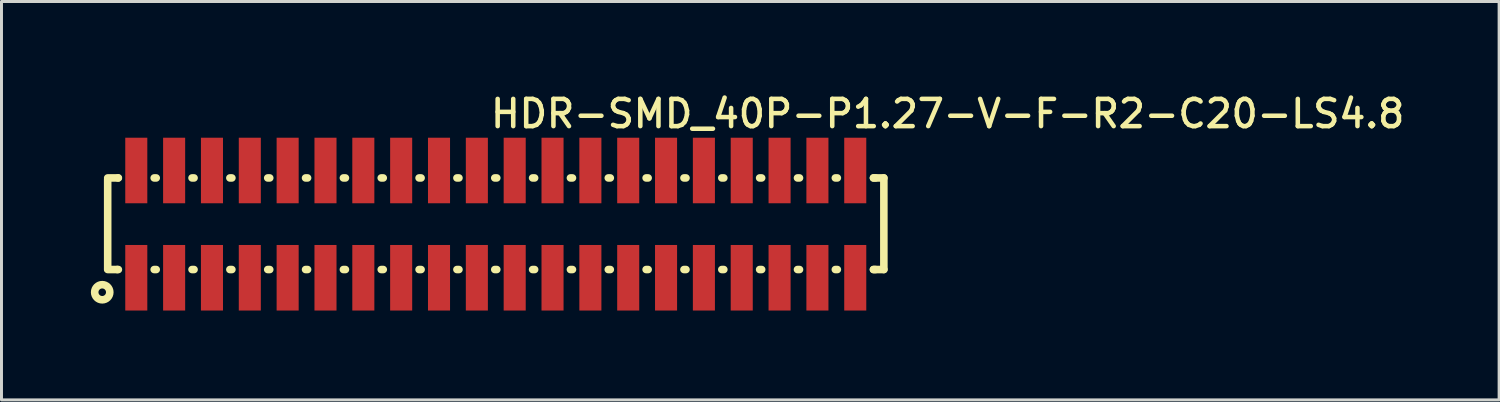
<source format=kicad_pcb>
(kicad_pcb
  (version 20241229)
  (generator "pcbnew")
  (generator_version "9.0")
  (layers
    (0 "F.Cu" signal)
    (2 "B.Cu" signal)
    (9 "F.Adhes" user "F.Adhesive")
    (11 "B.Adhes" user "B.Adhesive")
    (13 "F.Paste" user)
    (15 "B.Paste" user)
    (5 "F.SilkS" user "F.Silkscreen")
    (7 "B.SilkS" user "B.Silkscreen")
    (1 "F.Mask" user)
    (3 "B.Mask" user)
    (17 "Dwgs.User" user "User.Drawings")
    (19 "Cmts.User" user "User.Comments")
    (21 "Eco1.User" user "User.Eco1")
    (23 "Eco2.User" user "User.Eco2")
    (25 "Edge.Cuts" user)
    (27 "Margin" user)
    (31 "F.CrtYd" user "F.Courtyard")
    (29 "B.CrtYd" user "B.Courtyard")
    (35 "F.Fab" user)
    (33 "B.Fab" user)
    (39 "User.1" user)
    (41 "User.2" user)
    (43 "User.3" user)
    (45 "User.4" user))
  (footprint "HDR-SMD_40P-P1.27-V-F-R2-C20-LS4.8"
    (layer "F.Cu")
    (at 13.589 4.472)
    (property "Reference" "HDR-SMD_40P-P1.27-V-F-R2-C20-LS4.8" (at -0.254 -4.239 0) (layer "F.SilkS") (effects (font (size 0.914 0.914) (thickness 0.152)) (justify left top)))
    (fp_line (start -13.025 -1.5) (end -13.025 1.5) (stroke (width 0.254) (type default)) (layer "F.SilkS"))
    (fp_line (start -12.7 1.524) (end -13.025 1.524) (stroke (width 0.254) (type default)) (layer "F.SilkS"))
    (fp_line (start -12.7 1.524) (end -12.666 1.524) (stroke (width 0.254) (type default)) (layer "F.SilkS"))
    (fp_line (start -12.675 -1.55) (end -13.025 -1.55) (stroke (width 0.254) (type default)) (layer "F.SilkS"))
    (fp_line (start -12.675 -1.55) (end -12.666 -1.55) (stroke (width 0.254) (type default)) (layer "F.SilkS"))
    (fp_line (start -11.464 -1.55) (end -11.396 -1.55) (stroke (width 0.254) (type default)) (layer "F.SilkS"))
    (fp_line (start -11.464 1.524) (end -11.396 1.524) (stroke (width 0.254) (type default)) (layer "F.SilkS"))
    (fp_line (start -10.194 -1.55) (end -10.126 -1.55) (stroke (width 0.254) (type default)) (layer "F.SilkS"))
    (fp_line (start -10.194 1.524) (end -10.126 1.524) (stroke (width 0.254) (type default)) (layer "F.SilkS"))
    (fp_line (start -8.924 -1.55) (end -8.856 -1.55) (stroke (width 0.254) (type default)) (layer "F.SilkS"))
    (fp_line (start -8.924 1.524) (end -8.856 1.524) (stroke (width 0.254) (type default)) (layer "F.SilkS"))
    (fp_line (start -7.654 -1.55) (end -7.586 -1.55) (stroke (width 0.254) (type default)) (layer "F.SilkS"))
    (fp_line (start -7.654 1.524) (end -7.586 1.524) (stroke (width 0.254) (type default)) (layer "F.SilkS"))
    (fp_line (start -6.384 -1.55) (end -6.316 -1.55) (stroke (width 0.254) (type default)) (layer "F.SilkS"))
    (fp_line (start -6.384 1.524) (end -6.316 1.524) (stroke (width 0.254) (type default)) (layer "F.SilkS"))
    (fp_line (start -5.114 -1.55) (end -5.046 -1.55) (stroke (width 0.254) (type default)) (layer "F.SilkS"))
    (fp_line (start -5.114 1.524) (end -5.046 1.524) (stroke (width 0.254) (type default)) (layer "F.SilkS"))
    (fp_line (start -3.844 -1.55) (end -3.776 -1.55) (stroke (width 0.254) (type default)) (layer "F.SilkS"))
    (fp_line (start -3.844 1.524) (end -3.776 1.524) (stroke (width 0.254) (type default)) (layer "F.SilkS"))
    (fp_line (start -2.574 -1.55) (end -2.506 -1.55) (stroke (width 0.254) (type default)) (layer "F.SilkS"))
    (fp_line (start -2.574 1.524) (end -2.506 1.524) (stroke (width 0.254) (type default)) (layer "F.SilkS"))
    (fp_line (start -1.304 -1.55) (end -1.236 -1.55) (stroke (width 0.254) (type default)) (layer "F.SilkS"))
    (fp_line (start -1.304 1.524) (end -1.236 1.524) (stroke (width 0.254) (type default)) (layer "F.SilkS"))
    (fp_line (start -0.034 -1.55) (end 0.034 -1.55) (stroke (width 0.254) (type default)) (layer "F.SilkS"))
    (fp_line (start -0.034 1.524) (end 0.034 1.524) (stroke (width 0.254) (type default)) (layer "F.SilkS"))
    (fp_line (start 1.236 -1.55) (end 1.304 -1.55) (stroke (width 0.254) (type default)) (layer "F.SilkS"))
    (fp_line (start 1.236 1.524) (end 1.304 1.524) (stroke (width 0.254) (type default)) (layer "F.SilkS"))
    (fp_line (start 2.506 -1.55) (end 2.574 -1.55) (stroke (width 0.254) (type default)) (layer "F.SilkS"))
    (fp_line (start 2.506 1.524) (end 2.574 1.524) (stroke (width 0.254) (type default)) (layer "F.SilkS"))
    (fp_line (start 3.776 -1.55) (end 3.844 -1.55) (stroke (width 0.254) (type default)) (layer "F.SilkS"))
    (fp_line (start 3.776 1.524) (end 3.844 1.524) (stroke (width 0.254) (type default)) (layer "F.SilkS"))
    (fp_line (start 5.046 -1.55) (end 5.114 -1.55) (stroke (width 0.254) (type default)) (layer "F.SilkS"))
    (fp_line (start 5.046 1.524) (end 5.114 1.524) (stroke (width 0.254) (type default)) (layer "F.SilkS"))
    (fp_line (start 6.316 -1.55) (end 6.384 -1.55) (stroke (width 0.254) (type default)) (layer "F.SilkS"))
    (fp_line (start 6.316 1.524) (end 6.384 1.524) (stroke (width 0.254) (type default)) (layer "F.SilkS"))
    (fp_line (start 7.586 -1.55) (end 7.654 -1.55) (stroke (width 0.254) (type default)) (layer "F.SilkS"))
    (fp_line (start 7.586 1.524) (end 7.654 1.524) (stroke (width 0.254) (type default)) (layer "F.SilkS"))
    (fp_line (start 8.856 -1.55) (end 8.924 -1.55) (stroke (width 0.254) (type default)) (layer "F.SilkS"))
    (fp_line (start 8.856 1.524) (end 8.924 1.524) (stroke (width 0.254) (type default)) (layer "F.SilkS"))
    (fp_line (start 10.126 -1.55) (end 10.194 -1.55) (stroke (width 0.254) (type default)) (layer "F.SilkS"))
    (fp_line (start 10.126 1.524) (end 10.194 1.524) (stroke (width 0.254) (type default)) (layer "F.SilkS"))
    (fp_line (start 11.396 -1.55) (end 11.464 -1.55) (stroke (width 0.254) (type default)) (layer "F.SilkS"))
    (fp_line (start 11.396 1.524) (end 11.464 1.524) (stroke (width 0.254) (type default)) (layer "F.SilkS"))
    (fp_line (start 12.676 -1.55) (end 12.744 -1.55) (stroke (width 0.254) (type default)) (layer "F.SilkS"))
    (fp_line (start 12.676 -1.55) (end 13.025 -1.55) (stroke (width 0.254) (type default)) (layer "F.SilkS"))
    (fp_line (start 12.676 1.524) (end 12.744 1.524) (stroke (width 0.254) (type default)) (layer "F.SilkS"))
    (fp_line (start 12.676 1.524) (end 13.025 1.524) (stroke (width 0.254) (type default)) (layer "F.SilkS"))
    (fp_line (start 13.025 -1.55) (end 13.025 1.524) (stroke (width 0.254) (type default)) (layer "F.SilkS"))
    (fp_circle (center -13.208 2.286) (end -12.954 2.286) (stroke (width 0.254) (type default)) (fill no) (layer "F.SilkS"))
    (fp_circle (center -12.9 2.4) (end -12.87 2.4) (stroke (width 0.06) (type default)) (fill no) (layer "User.5"))
    (pad "1" smd rect (at -12.065 1.8 90) (size 2.2 0.74) (layers "F.Cu" "F.Mask" "F.Paste"))
    (pad "2" smd rect (at -12.065 -1.8 90) (size 2.2 0.74) (layers "F.Cu" "F.Mask" "F.Paste"))
    (pad "3" smd rect (at -10.795 1.8 90) (size 2.2 0.74) (layers "F.Cu" "F.Mask" "F.Paste"))
    (pad "4" smd rect (at -10.795 -1.8 90) (size 2.2 0.74) (layers "F.Cu" "F.Mask" "F.Paste"))
    (pad "5" smd rect (at -9.525 1.8 90) (size 2.2 0.74) (layers "F.Cu" "F.Mask" "F.Paste"))
    (pad "6" smd rect (at -9.525 -1.8 90) (size 2.2 0.74) (layers "F.Cu" "F.Mask" "F.Paste"))
    (pad "7" smd rect (at -8.255 1.8 90) (size 2.2 0.74) (layers "F.Cu" "F.Mask" "F.Paste"))
    (pad "8" smd rect (at -8.255 -1.8 90) (size 2.2 0.74) (layers "F.Cu" "F.Mask" "F.Paste"))
    (pad "9" smd rect (at -6.985 1.8 90) (size 2.2 0.74) (layers "F.Cu" "F.Mask" "F.Paste"))
    (pad "10" smd rect (at -6.985 -1.8 90) (size 2.2 0.74) (layers "F.Cu" "F.Mask" "F.Paste"))
    (pad "11" smd rect (at -5.715 1.8 90) (size 2.2 0.74) (layers "F.Cu" "F.Mask" "F.Paste"))
    (pad "12" smd rect (at -5.715 -1.8 90) (size 2.2 0.74) (layers "F.Cu" "F.Mask" "F.Paste"))
    (pad "13" smd rect (at -4.445 1.8 90) (size 2.2 0.74) (layers "F.Cu" "F.Mask" "F.Paste"))
    (pad "14" smd rect (at -4.445 -1.8 90) (size 2.2 0.74) (layers "F.Cu" "F.Mask" "F.Paste"))
    (pad "15" smd rect (at -3.175 1.8 90) (size 2.2 0.74) (layers "F.Cu" "F.Mask" "F.Paste"))
    (pad "16" smd rect (at -3.175 -1.8 90) (size 2.2 0.74) (layers "F.Cu" "F.Mask" "F.Paste"))
    (pad "17" smd rect (at -1.905 1.8 90) (size 2.2 0.74) (layers "F.Cu" "F.Mask" "F.Paste"))
    (pad "18" smd rect (at -1.905 -1.8 90) (size 2.2 0.74) (layers "F.Cu" "F.Mask" "F.Paste"))
    (pad "19" smd rect (at -0.635 1.8 90) (size 2.2 0.74) (layers "F.Cu" "F.Mask" "F.Paste"))
    (pad "20" smd rect (at -0.635 -1.8 90) (size 2.2 0.74) (layers "F.Cu" "F.Mask" "F.Paste"))
    (pad "21" smd rect (at 0.635 1.8 90) (size 2.2 0.74) (layers "F.Cu" "F.Mask" "F.Paste"))
    (pad "22" smd rect (at 0.635 -1.8 90) (size 2.2 0.74) (layers "F.Cu" "F.Mask" "F.Paste"))
    (pad "23" smd rect (at 1.905 1.8 90) (size 2.2 0.74) (layers "F.Cu" "F.Mask" "F.Paste"))
    (pad "24" smd rect (at 1.905 -1.8 90) (size 2.2 0.74) (layers "F.Cu" "F.Mask" "F.Paste"))
    (pad "25" smd rect (at 3.175 1.8 90) (size 2.2 0.74) (layers "F.Cu" "F.Mask" "F.Paste"))
    (pad "26" smd rect (at 3.175 -1.8 90) (size 2.2 0.74) (layers "F.Cu" "F.Mask" "F.Paste"))
    (pad "27" smd rect (at 4.445 1.8 90) (size 2.2 0.74) (layers "F.Cu" "F.Mask" "F.Paste"))
    (pad "28" smd rect (at 4.445 -1.8 90) (size 2.2 0.74) (layers "F.Cu" "F.Mask" "F.Paste"))
    (pad "29" smd rect (at 5.715 1.8 90) (size 2.2 0.74) (layers "F.Cu" "F.Mask" "F.Paste"))
    (pad "30" smd rect (at 5.715 -1.8 90) (size 2.2 0.74) (layers "F.Cu" "F.Mask" "F.Paste"))
    (pad "31" smd rect (at 6.985 1.8 90) (size 2.2 0.74) (layers "F.Cu" "F.Mask" "F.Paste"))
    (pad "32" smd rect (at 6.985 -1.8 90) (size 2.2 0.74) (layers "F.Cu" "F.Mask" "F.Paste"))
    (pad "33" smd rect (at 8.255 1.8 90) (size 2.2 0.74) (layers "F.Cu" "F.Mask" "F.Paste"))
    (pad "34" smd rect (at 8.255 -1.8 90) (size 2.2 0.74) (layers "F.Cu" "F.Mask" "F.Paste"))
    (pad "35" smd rect (at 9.525 1.8 90) (size 2.2 0.74) (layers "F.Cu" "F.Mask" "F.Paste"))
    (pad "36" smd rect (at 9.525 -1.8 90) (size 2.2 0.74) (layers "F.Cu" "F.Mask" "F.Paste"))
    (pad "37" smd rect (at 10.795 1.8 90) (size 2.2 0.74) (layers "F.Cu" "F.Mask" "F.Paste"))
    (pad "38" smd rect (at 10.795 -1.8 90) (size 2.2 0.74) (layers "F.Cu" "F.Mask" "F.Paste"))
    (pad "39" smd rect (at 12.065 1.8 90) (size 2.2 0.74) (layers "F.Cu" "F.Mask" "F.Paste"))
    (pad "40" smd rect (at 12.065 -1.8 90) (size 2.2 0.74) (layers "F.Cu" "F.Mask" "F.Paste"))
    (zone (net_name "") (layer "User.3") (hatch edge 0.5) (priority 100) (connect_pads yes) (min_thickness 0) (filled_areas_thickness no) (fill yes) (polygon (pts (xy 0.689 5.972) (xy 0.689 2.972) (xy 26.489 2.972) (xy 26.489 5.972))) (filled_polygon (layer "User.3") (island) (pts (xy 0.689 5.972) (xy 0.689 2.972) (xy 26.489 2.972) (xy 26.489 5.972))))
    (zone (net_name "") (layer "User.4") (hatch edge 0.5) (priority 100) (connect_pads yes) (min_thickness 0) (filled_areas_thickness no) (fill yes) (polygon (pts (xy 1.749 2.072) (xy 1.749 3.272) (xy 1.299 3.272) (xy 1.299 2.072))) (filled_polygon (layer "User.4") (island) (pts (xy 1.749 2.072) (xy 1.749 3.272) (xy 1.299 3.272) (xy 1.299 2.072))))
    (zone (net_name "") (layer "User.4") (hatch edge 0.5) (priority 100) (connect_pads yes) (min_thickness 0) (filled_areas_thickness no) (fill yes) (polygon (pts (xy 1.749 5.672) (xy 1.749 6.872) (xy 1.299 6.872) (xy 1.299 5.672))) (filled_polygon (layer "User.4") (island) (pts (xy 1.749 5.672) (xy 1.749 6.872) (xy 1.299 6.872) (xy 1.299 5.672))))
    (zone (net_name "") (layer "User.4") (hatch edge 0.5) (priority 100) (connect_pads yes) (min_thickness 0) (filled_areas_thickness no) (fill yes) (polygon (pts (xy 3.019 2.072) (xy 3.019 3.272) (xy 2.569 3.272) (xy 2.569 2.072))) (filled_polygon (layer "User.4") (island) (pts (xy 3.019 2.072) (xy 3.019 3.272) (xy 2.569 3.272) (xy 2.569 2.072))))
    (zone (net_name "") (layer "User.4") (hatch edge 0.5) (priority 100) (connect_pads yes) (min_thickness 0) (filled_areas_thickness no) (fill yes) (polygon (pts (xy 3.019 5.672) (xy 3.019 6.872) (xy 2.569 6.872) (xy 2.569 5.672))) (filled_polygon (layer "User.4") (island) (pts (xy 3.019 5.672) (xy 3.019 6.872) (xy 2.569 6.872) (xy 2.569 5.672))))
    (zone (net_name "") (layer "User.4") (hatch edge 0.5) (priority 100) (connect_pads yes) (min_thickness 0) (filled_areas_thickness no) (fill yes) (polygon (pts (xy 4.289 2.072) (xy 4.289 3.272) (xy 3.839 3.272) (xy 3.839 2.072))) (filled_polygon (layer "User.4") (island) (pts (xy 4.289 2.072) (xy 4.289 3.272) (xy 3.839 3.272) (xy 3.839 2.072))))
    (zone (net_name "") (layer "User.4") (hatch edge 0.5) (priority 100) (connect_pads yes) (min_thickness 0) (filled_areas_thickness no) (fill yes) (polygon (pts (xy 4.289 5.672) (xy 4.289 6.872) (xy 3.839 6.872) (xy 3.839 5.672))) (filled_polygon (layer "User.4") (island) (pts (xy 4.289 5.672) (xy 4.289 6.872) (xy 3.839 6.872) (xy 3.839 5.672))))
    (zone (net_name "") (layer "User.4") (hatch edge 0.5) (priority 100) (connect_pads yes) (min_thickness 0) (filled_areas_thickness no) (fill yes) (polygon (pts (xy 5.559 2.072) (xy 5.559 3.272) (xy 5.109 3.272) (xy 5.109 2.072))) (filled_polygon (layer "User.4") (island) (pts (xy 5.559 2.072) (xy 5.559 3.272) (xy 5.109 3.272) (xy 5.109 2.072))))
    (zone (net_name "") (layer "User.4") (hatch edge 0.5) (priority 100) (connect_pads yes) (min_thickness 0) (filled_areas_thickness no) (fill yes) (polygon (pts (xy 5.559 5.672) (xy 5.559 6.872) (xy 5.109 6.872) (xy 5.109 5.672))) (filled_polygon (layer "User.4") (island) (pts (xy 5.559 5.672) (xy 5.559 6.872) (xy 5.109 6.872) (xy 5.109 5.672))))
    (zone (net_name "") (layer "User.4") (hatch edge 0.5) (priority 100) (connect_pads yes) (min_thickness 0) (filled_areas_thickness no) (fill yes) (polygon (pts (xy 6.829 2.072) (xy 6.829 3.272) (xy 6.379 3.272) (xy 6.379 2.072))) (filled_polygon (layer "User.4") (island) (pts (xy 6.829 2.072) (xy 6.829 3.272) (xy 6.379 3.272) (xy 6.379 2.072))))
    (zone (net_name "") (layer "User.4") (hatch edge 0.5) (priority 100) (connect_pads yes) (min_thickness 0) (filled_areas_thickness no) (fill yes) (polygon (pts (xy 6.829 5.672) (xy 6.829 6.872) (xy 6.379 6.872) (xy 6.379 5.672))) (filled_polygon (layer "User.4") (island) (pts (xy 6.829 5.672) (xy 6.829 6.872) (xy 6.379 6.872) (xy 6.379 5.672))))
    (zone (net_name "") (layer "User.4") (hatch edge 0.5) (priority 100) (connect_pads yes) (min_thickness 0) (filled_areas_thickness no) (fill yes) (polygon (pts (xy 8.099 2.072) (xy 8.099 3.272) (xy 7.649 3.272) (xy 7.649 2.072))) (filled_polygon (layer "User.4") (island) (pts (xy 8.099 2.072) (xy 8.099 3.272) (xy 7.649 3.272) (xy 7.649 2.072))))
    (zone (net_name "") (layer "User.4") (hatch edge 0.5) (priority 100) (connect_pads yes) (min_thickness 0) (filled_areas_thickness no) (fill yes) (polygon (pts (xy 8.099 5.672) (xy 8.099 6.872) (xy 7.649 6.872) (xy 7.649 5.672))) (filled_polygon (layer "User.4") (island) (pts (xy 8.099 5.672) (xy 8.099 6.872) (xy 7.649 6.872) (xy 7.649 5.672))))
    (zone (net_name "") (layer "User.4") (hatch edge 0.5) (priority 100) (connect_pads yes) (min_thickness 0) (filled_areas_thickness no) (fill yes) (polygon (pts (xy 9.369 2.072) (xy 9.369 3.272) (xy 8.919 3.272) (xy 8.919 2.072))) (filled_polygon (layer "User.4") (island) (pts (xy 9.369 2.072) (xy 9.369 3.272) (xy 8.919 3.272) (xy 8.919 2.072))))
    (zone (net_name "") (layer "User.4") (hatch edge 0.5) (priority 100) (connect_pads yes) (min_thickness 0) (filled_areas_thickness no) (fill yes) (polygon (pts (xy 9.369 5.672) (xy 9.369 6.872) (xy 8.919 6.872) (xy 8.919 5.672))) (filled_polygon (layer "User.4") (island) (pts (xy 9.369 5.672) (xy 9.369 6.872) (xy 8.919 6.872) (xy 8.919 5.672))))
    (zone (net_name "") (layer "User.4") (hatch edge 0.5) (priority 100) (connect_pads yes) (min_thickness 0) (filled_areas_thickness no) (fill yes) (polygon (pts (xy 10.639 2.072) (xy 10.639 3.272) (xy 10.189 3.272) (xy 10.189 2.072))) (filled_polygon (layer "User.4") (island) (pts (xy 10.639 2.072) (xy 10.639 3.272) (xy 10.189 3.272) (xy 10.189 2.072))))
    (zone (net_name "") (layer "User.4") (hatch edge 0.5) (priority 100) (connect_pads yes) (min_thickness 0) (filled_areas_thickness no) (fill yes) (polygon (pts (xy 10.639 5.672) (xy 10.639 6.872) (xy 10.189 6.872) (xy 10.189 5.672))) (filled_polygon (layer "User.4") (island) (pts (xy 10.639 5.672) (xy 10.639 6.872) (xy 10.189 6.872) (xy 10.189 5.672))))
    (zone (net_name "") (layer "User.4") (hatch edge 0.5) (priority 100) (connect_pads yes) (min_thickness 0) (filled_areas_thickness no) (fill yes) (polygon (pts (xy 11.909 2.072) (xy 11.909 3.272) (xy 11.459 3.272) (xy 11.459 2.072))) (filled_polygon (layer "User.4") (island) (pts (xy 11.909 2.072) (xy 11.909 3.272) (xy 11.459 3.272) (xy 11.459 2.072))))
    (zone (net_name "") (layer "User.4") (hatch edge 0.5) (priority 100) (connect_pads yes) (min_thickness 0) (filled_areas_thickness no) (fill yes) (polygon (pts (xy 11.909 5.672) (xy 11.909 6.872) (xy 11.459 6.872) (xy 11.459 5.672))) (filled_polygon (layer "User.4") (island) (pts (xy 11.909 5.672) (xy 11.909 6.872) (xy 11.459 6.872) (xy 11.459 5.672))))
    (zone (net_name "") (layer "User.4") (hatch edge 0.5) (priority 100) (connect_pads yes) (min_thickness 0) (filled_areas_thickness no) (fill yes) (polygon (pts (xy 13.179 2.072) (xy 13.179 3.272) (xy 12.729 3.272) (xy 12.729 2.072))) (filled_polygon (layer "User.4") (island) (pts (xy 13.179 2.072) (xy 13.179 3.272) (xy 12.729 3.272) (xy 12.729 2.072))))
    (zone (net_name "") (layer "User.4") (hatch edge 0.5) (priority 100) (connect_pads yes) (min_thickness 0) (filled_areas_thickness no) (fill yes) (polygon (pts (xy 13.179 5.672) (xy 13.179 6.872) (xy 12.729 6.872) (xy 12.729 5.672))) (filled_polygon (layer "User.4") (island) (pts (xy 13.179 5.672) (xy 13.179 6.872) (xy 12.729 6.872) (xy 12.729 5.672))))
    (zone (net_name "") (layer "User.4") (hatch edge 0.5) (priority 100) (connect_pads yes) (min_thickness 0) (filled_areas_thickness no) (fill yes) (polygon (pts (xy 14.449 2.072) (xy 14.449 3.272) (xy 13.999 3.272) (xy 13.999 2.072))) (filled_polygon (layer "User.4") (island) (pts (xy 14.449 2.072) (xy 14.449 3.272) (xy 13.999 3.272) (xy 13.999 2.072))))
    (zone (net_name "") (layer "User.4") (hatch edge 0.5) (priority 100) (connect_pads yes) (min_thickness 0) (filled_areas_thickness no) (fill yes) (polygon (pts (xy 14.449 5.672) (xy 14.449 6.872) (xy 13.999 6.872) (xy 13.999 5.672))) (filled_polygon (layer "User.4") (island) (pts (xy 14.449 5.672) (xy 14.449 6.872) (xy 13.999 6.872) (xy 13.999 5.672))))
    (zone (net_name "") (layer "User.4") (hatch edge 0.5) (priority 100) (connect_pads yes) (min_thickness 0) (filled_areas_thickness no) (fill yes) (polygon (pts (xy 15.719 2.072) (xy 15.719 3.272) (xy 15.269 3.272) (xy 15.269 2.072))) (filled_polygon (layer "User.4") (island) (pts (xy 15.719 2.072) (xy 15.719 3.272) (xy 15.269 3.272) (xy 15.269 2.072))))
    (zone (net_name "") (layer "User.4") (hatch edge 0.5) (priority 100) (connect_pads yes) (min_thickness 0) (filled_areas_thickness no) (fill yes) (polygon (pts (xy 15.719 5.672) (xy 15.719 6.872) (xy 15.269 6.872) (xy 15.269 5.672))) (filled_polygon (layer "User.4") (island) (pts (xy 15.719 5.672) (xy 15.719 6.872) (xy 15.269 6.872) (xy 15.269 5.672))))
    (zone (net_name "") (layer "User.4") (hatch edge 0.5) (priority 100) (connect_pads yes) (min_thickness 0) (filled_areas_thickness no) (fill yes) (polygon (pts (xy 16.989 2.072) (xy 16.989 3.272) (xy 16.539 3.272) (xy 16.539 2.072))) (filled_polygon (layer "User.4") (island) (pts (xy 16.989 2.072) (xy 16.989 3.272) (xy 16.539 3.272) (xy 16.539 2.072))))
    (zone (net_name "") (layer "User.4") (hatch edge 0.5) (priority 100) (connect_pads yes) (min_thickness 0) (filled_areas_thickness no) (fill yes) (polygon (pts (xy 16.989 5.672) (xy 16.989 6.872) (xy 16.539 6.872) (xy 16.539 5.672))) (filled_polygon (layer "User.4") (island) (pts (xy 16.989 5.672) (xy 16.989 6.872) (xy 16.539 6.872) (xy 16.539 5.672))))
    (zone (net_name "") (layer "User.4") (hatch edge 0.5) (priority 100) (connect_pads yes) (min_thickness 0) (filled_areas_thickness no) (fill yes) (polygon (pts (xy 18.259 2.072) (xy 18.259 3.272) (xy 17.809 3.272) (xy 17.809 2.072))) (filled_polygon (layer "User.4") (island) (pts (xy 18.259 2.072) (xy 18.259 3.272) (xy 17.809 3.272) (xy 17.809 2.072))))
    (zone (net_name "") (layer "User.4") (hatch edge 0.5) (priority 100) (connect_pads yes) (min_thickness 0) (filled_areas_thickness no) (fill yes) (polygon (pts (xy 18.259 5.672) (xy 18.259 6.872) (xy 17.809 6.872) (xy 17.809 5.672))) (filled_polygon (layer "User.4") (island) (pts (xy 18.259 5.672) (xy 18.259 6.872) (xy 17.809 6.872) (xy 17.809 5.672))))
    (zone (net_name "") (layer "User.4") (hatch edge 0.5) (priority 100) (connect_pads yes) (min_thickness 0) (filled_areas_thickness no) (fill yes) (polygon (pts (xy 19.529 2.072) (xy 19.529 3.272) (xy 19.079 3.272) (xy 19.079 2.072))) (filled_polygon (layer "User.4") (island) (pts (xy 19.529 2.072) (xy 19.529 3.272) (xy 19.079 3.272) (xy 19.079 2.072))))
    (zone (net_name "") (layer "User.4") (hatch edge 0.5) (priority 100) (connect_pads yes) (min_thickness 0) (filled_areas_thickness no) (fill yes) (polygon (pts (xy 19.529 5.672) (xy 19.529 6.872) (xy 19.079 6.872) (xy 19.079 5.672))) (filled_polygon (layer "User.4") (island) (pts (xy 19.529 5.672) (xy 19.529 6.872) (xy 19.079 6.872) (xy 19.079 5.672))))
    (zone (net_name "") (layer "User.4") (hatch edge 0.5) (priority 100) (connect_pads yes) (min_thickness 0) (filled_areas_thickness no) (fill yes) (polygon (pts (xy 20.799 2.072) (xy 20.799 3.272) (xy 20.349 3.272) (xy 20.349 2.072))) (filled_polygon (layer "User.4") (island) (pts (xy 20.799 2.072) (xy 20.799 3.272) (xy 20.349 3.272) (xy 20.349 2.072))))
    (zone (net_name "") (layer "User.4") (hatch edge 0.5) (priority 100) (connect_pads yes) (min_thickness 0) (filled_areas_thickness no) (fill yes) (polygon (pts (xy 20.799 5.672) (xy 20.799 6.872) (xy 20.349 6.872) (xy 20.349 5.672))) (filled_polygon (layer "User.4") (island) (pts (xy 20.799 5.672) (xy 20.799 6.872) (xy 20.349 6.872) (xy 20.349 5.672))))
    (zone (net_name "") (layer "User.4") (hatch edge 0.5) (priority 100) (connect_pads yes) (min_thickness 0) (filled_areas_thickness no) (fill yes) (polygon (pts (xy 22.069 2.072) (xy 22.069 3.272) (xy 21.619 3.272) (xy 21.619 2.072))) (filled_polygon (layer "User.4") (island) (pts (xy 22.069 2.072) (xy 22.069 3.272) (xy 21.619 3.272) (xy 21.619 2.072))))
    (zone (net_name "") (layer "User.4") (hatch edge 0.5) (priority 100) (connect_pads yes) (min_thickness 0) (filled_areas_thickness no) (fill yes) (polygon (pts (xy 22.069 5.672) (xy 22.069 6.872) (xy 21.619 6.872) (xy 21.619 5.672))) (filled_polygon (layer "User.4") (island) (pts (xy 22.069 5.672) (xy 22.069 6.872) (xy 21.619 6.872) (xy 21.619 5.672))))
    (zone (net_name "") (layer "User.4") (hatch edge 0.5) (priority 100) (connect_pads yes) (min_thickness 0) (filled_areas_thickness no) (fill yes) (polygon (pts (xy 23.339 2.072) (xy 23.339 3.272) (xy 22.889 3.272) (xy 22.889 2.072))) (filled_polygon (layer "User.4") (island) (pts (xy 23.339 2.072) (xy 23.339 3.272) (xy 22.889 3.272) (xy 22.889 2.072))))
    (zone (net_name "") (layer "User.4") (hatch edge 0.5) (priority 100) (connect_pads yes) (min_thickness 0) (filled_areas_thickness no) (fill yes) (polygon (pts (xy 23.339 5.672) (xy 23.339 6.872) (xy 22.889 6.872) (xy 22.889 5.672))) (filled_polygon (layer "User.4") (island) (pts (xy 23.339 5.672) (xy 23.339 6.872) (xy 22.889 6.872) (xy 22.889 5.672))))
    (zone (net_name "") (layer "User.4") (hatch edge 0.5) (priority 100) (connect_pads yes) (min_thickness 0) (filled_areas_thickness no) (fill yes) (polygon (pts (xy 24.609 2.072) (xy 24.609 3.272) (xy 24.159 3.272) (xy 24.159 2.072))) (filled_polygon (layer "User.4") (island) (pts (xy 24.609 2.072) (xy 24.609 3.272) (xy 24.159 3.272) (xy 24.159 2.072))))
    (zone (net_name "") (layer "User.4") (hatch edge 0.5) (priority 100) (connect_pads yes) (min_thickness 0) (filled_areas_thickness no) (fill yes) (polygon (pts (xy 24.609 5.672) (xy 24.609 6.872) (xy 24.159 6.872) (xy 24.159 5.672))) (filled_polygon (layer "User.4") (island) (pts (xy 24.609 5.672) (xy 24.609 6.872) (xy 24.159 6.872) (xy 24.159 5.672))))
    (zone (net_name "") (layer "User.4") (hatch edge 0.5) (priority 100) (connect_pads yes) (min_thickness 0) (filled_areas_thickness no) (fill yes) (polygon (pts (xy 25.879 2.072) (xy 25.879 3.272) (xy 25.429 3.272) (xy 25.429 2.072))) (filled_polygon (layer "User.4") (island) (pts (xy 25.879 2.072) (xy 25.879 3.272) (xy 25.429 3.272) (xy 25.429 2.072))))
    (zone (net_name "") (layer "User.4") (hatch edge 0.5) (priority 100) (connect_pads yes) (min_thickness 0) (filled_areas_thickness no) (fill yes) (polygon (pts (xy 25.879 5.672) (xy 25.879 6.872) (xy 25.429 6.872) (xy 25.429 5.672))) (filled_polygon (layer "User.4") (island) (pts (xy 25.879 5.672) (xy 25.879 6.872) (xy 25.429 6.872) (xy 25.429 5.672)))))
  (gr_rect
    (start -3 -3)
    (end 47.263 10.372)
    (stroke (width 0.1) (type default))
    (fill no)
    (layer "Edge.Cuts")))
</source>
